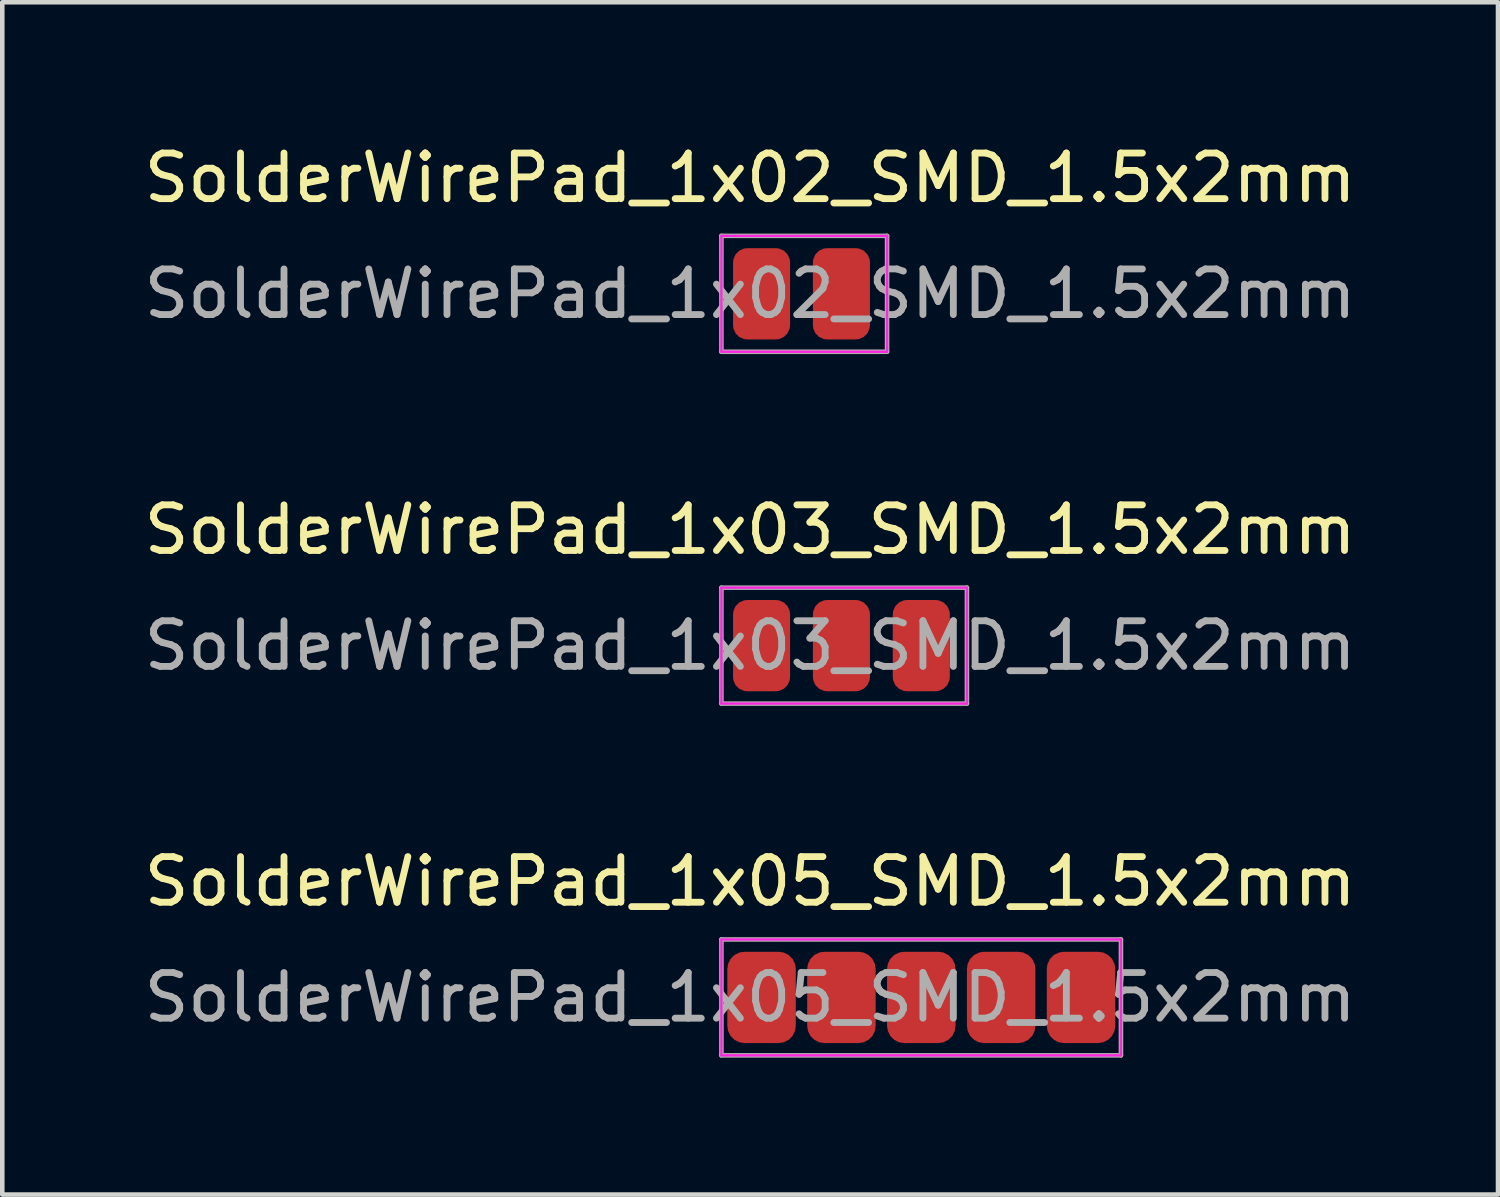
<source format=kicad_pcb>
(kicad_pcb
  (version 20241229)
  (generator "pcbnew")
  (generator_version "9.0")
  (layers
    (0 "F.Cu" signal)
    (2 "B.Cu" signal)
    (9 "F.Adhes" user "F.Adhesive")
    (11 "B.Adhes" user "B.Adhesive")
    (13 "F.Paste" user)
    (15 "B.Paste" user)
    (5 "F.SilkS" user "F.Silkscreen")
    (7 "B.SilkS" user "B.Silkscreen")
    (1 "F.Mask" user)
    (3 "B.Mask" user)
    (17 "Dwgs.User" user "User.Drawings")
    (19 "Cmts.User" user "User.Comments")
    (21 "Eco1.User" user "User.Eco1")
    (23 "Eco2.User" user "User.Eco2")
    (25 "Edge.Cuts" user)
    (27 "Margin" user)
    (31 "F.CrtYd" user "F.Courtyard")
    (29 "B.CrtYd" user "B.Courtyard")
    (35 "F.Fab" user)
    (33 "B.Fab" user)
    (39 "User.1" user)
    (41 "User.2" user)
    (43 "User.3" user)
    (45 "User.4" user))
  (footprint "SolderWirePad_1x05_SMD_1.5x2mm"
    (layer "F.Cu")
    (at 13.387 18.805)
    (property "Reference" "SolderWirePad_1x05_SMD_1.5x2mm" (at 0 -2.54 0) (layer "F.SilkS") (effects (font (size 1 1) (thickness 0.15))))
    (attr exclude_from_pos_files exclude_from_bom)
    (fp_line (start -0.63 -1.27) (end -0.63 1.27) (stroke (width 0.05) (type solid)) (layer "F.CrtYd"))
    (fp_line (start -0.63 1.27) (end 8.125 1.27) (stroke (width 0.05) (type solid)) (layer "F.CrtYd"))
    (fp_line (start 8.125 -1.27) (end -0.63 -1.27) (stroke (width 0.05) (type solid)) (layer "F.CrtYd"))
    (fp_line (start 8.125 1.27) (end 8.125 -1.27) (stroke (width 0.05) (type solid)) (layer "F.CrtYd"))
    (fp_line (start -0.63 -1.27) (end 8.125 -1.27) (stroke (width 0.1) (type solid)) (layer "F.Fab"))
    (fp_line (start -0.63 1.27) (end -0.63 -1.27) (stroke (width 0.1) (type solid)) (layer "F.Fab"))
    (fp_line (start 8.125 -1.27) (end 8.125 1.27) (stroke (width 0.1) (type solid)) (layer "F.Fab"))
    (fp_line (start 8.125 1.27) (end -0.63 1.27) (stroke (width 0.1) (type solid)) (layer "F.Fab"))
    (fp_text user "${REFERENCE}" (at 0 0 0) (layer "F.Fab") (effects (font (size 1 1) (thickness 0.15))))
    (pad "1" smd roundrect (at 0.25 0) (size 1.5 2) (layers "F.Cu" "F.Mask" "F.Paste") (roundrect_rratio 0.25))
    (pad "2" smd roundrect (at 2 0) (size 1.5 2) (layers "F.Cu" "F.Mask" "F.Paste") (roundrect_rratio 0.25))
    (pad "3" smd roundrect (at 3.75 0) (size 1.5 2) (layers "F.Cu" "F.Mask" "F.Paste") (roundrect_rratio 0.25))
    (pad "4" smd roundrect (at 5.5 0) (size 1.5 2) (layers "F.Cu" "F.Mask" "F.Paste") (roundrect_rratio 0.25))
    (pad "5" smd roundrect (at 7.25 0) (size 1.5 2) (layers "F.Cu" "F.Mask" "F.Paste") (roundrect_rratio 0.25)))
  (footprint "SolderWirePad_1x02_SMD_1.5x2mm"
    (layer "F.Cu")
    (at 13.387 3.388)
    (property "Reference" "SolderWirePad_1x02_SMD_1.5x2mm" (at 0 -2.54 0) (layer "F.SilkS") (effects (font (size 1 1) (thickness 0.15))))
    (attr exclude_from_pos_files exclude_from_bom)
    (fp_line (start -0.63 -1.27) (end -0.63 1.27) (stroke (width 0.05) (type solid)) (layer "F.CrtYd"))
    (fp_line (start -0.63 1.27) (end 3 1.27) (stroke (width 0.05) (type solid)) (layer "F.CrtYd"))
    (fp_line (start 3 -1.27) (end -0.63 -1.27) (stroke (width 0.05) (type solid)) (layer "F.CrtYd"))
    (fp_line (start 3 1.27) (end 3 -1.27) (stroke (width 0.05) (type solid)) (layer "F.CrtYd"))
    (fp_line (start -0.63 -1.27) (end 3 -1.27) (stroke (width 0.1) (type solid)) (layer "F.Fab"))
    (fp_line (start -0.63 1.27) (end -0.63 -1.27) (stroke (width 0.1) (type solid)) (layer "F.Fab"))
    (fp_line (start 3 -1.27) (end 3 1.27) (stroke (width 0.1) (type solid)) (layer "F.Fab"))
    (fp_line (start 3 1.27) (end -0.63 1.27) (stroke (width 0.1) (type solid)) (layer "F.Fab"))
    (fp_text user "${REFERENCE}" (at 0 0 0) (layer "F.Fab") (effects (font (size 1 1) (thickness 0.15))))
    (pad "1" smd roundrect (at 0.25 0) (size 1.25 2) (layers "F.Cu" "F.Mask" "F.Paste") (roundrect_rratio 0.25))
    (pad "2" smd roundrect (at 2 0) (size 1.25 2) (layers "F.Cu" "F.Mask" "F.Paste") (roundrect_rratio 0.25)))
  (footprint "SolderWirePad_1x03_SMD_1.5x2mm"
    (layer "F.Cu")
    (at 13.387 11.097)
    (property "Reference" "SolderWirePad_1x03_SMD_1.5x2mm" (at 0 -2.54 0) (layer "F.SilkS") (effects (font (size 1 1) (thickness 0.15))))
    (attr exclude_from_pos_files exclude_from_bom)
    (fp_line (start -0.63 -1.27) (end -0.63 1.27) (stroke (width 0.05) (type solid)) (layer "F.CrtYd"))
    (fp_line (start -0.63 1.27) (end 4.75 1.27) (stroke (width 0.05) (type solid)) (layer "F.CrtYd"))
    (fp_line (start 4.75 -1.27) (end -0.63 -1.27) (stroke (width 0.05) (type solid)) (layer "F.CrtYd"))
    (fp_line (start 4.75 1.27) (end 4.75 -1.27) (stroke (width 0.05) (type solid)) (layer "F.CrtYd"))
    (fp_line (start -0.63 -1.27) (end 4.75 -1.27) (stroke (width 0.1) (type solid)) (layer "F.Fab"))
    (fp_line (start -0.63 1.27) (end -0.63 -1.27) (stroke (width 0.1) (type solid)) (layer "F.Fab"))
    (fp_line (start 4.75 -1.27) (end 4.75 1.27) (stroke (width 0.1) (type solid)) (layer "F.Fab"))
    (fp_line (start 4.75 1.27) (end -0.63 1.27) (stroke (width 0.1) (type solid)) (layer "F.Fab"))
    (fp_text user "${REFERENCE}" (at 0 0 0) (layer "F.Fab") (effects (font (size 1 1) (thickness 0.15))))
    (pad "1" smd roundrect (at 0.25 0) (size 1.25 2) (layers "F.Cu" "F.Mask" "F.Paste") (roundrect_rratio 0.25))
    (pad "2" smd roundrect (at 2 0) (size 1.25 2) (layers "F.Cu" "F.Mask" "F.Paste") (roundrect_rratio 0.25))
    (pad "3" smd roundrect (at 3.75 0) (size 1.25 2) (layers "F.Cu" "F.Mask" "F.Paste") (roundrect_rratio 0.25)))
  (gr_rect
    (start -3 -3)
    (end 29.774 23.125)
    (stroke (width 0.1) (type default))
    (fill no)
    (layer "Edge.Cuts")))
</source>
